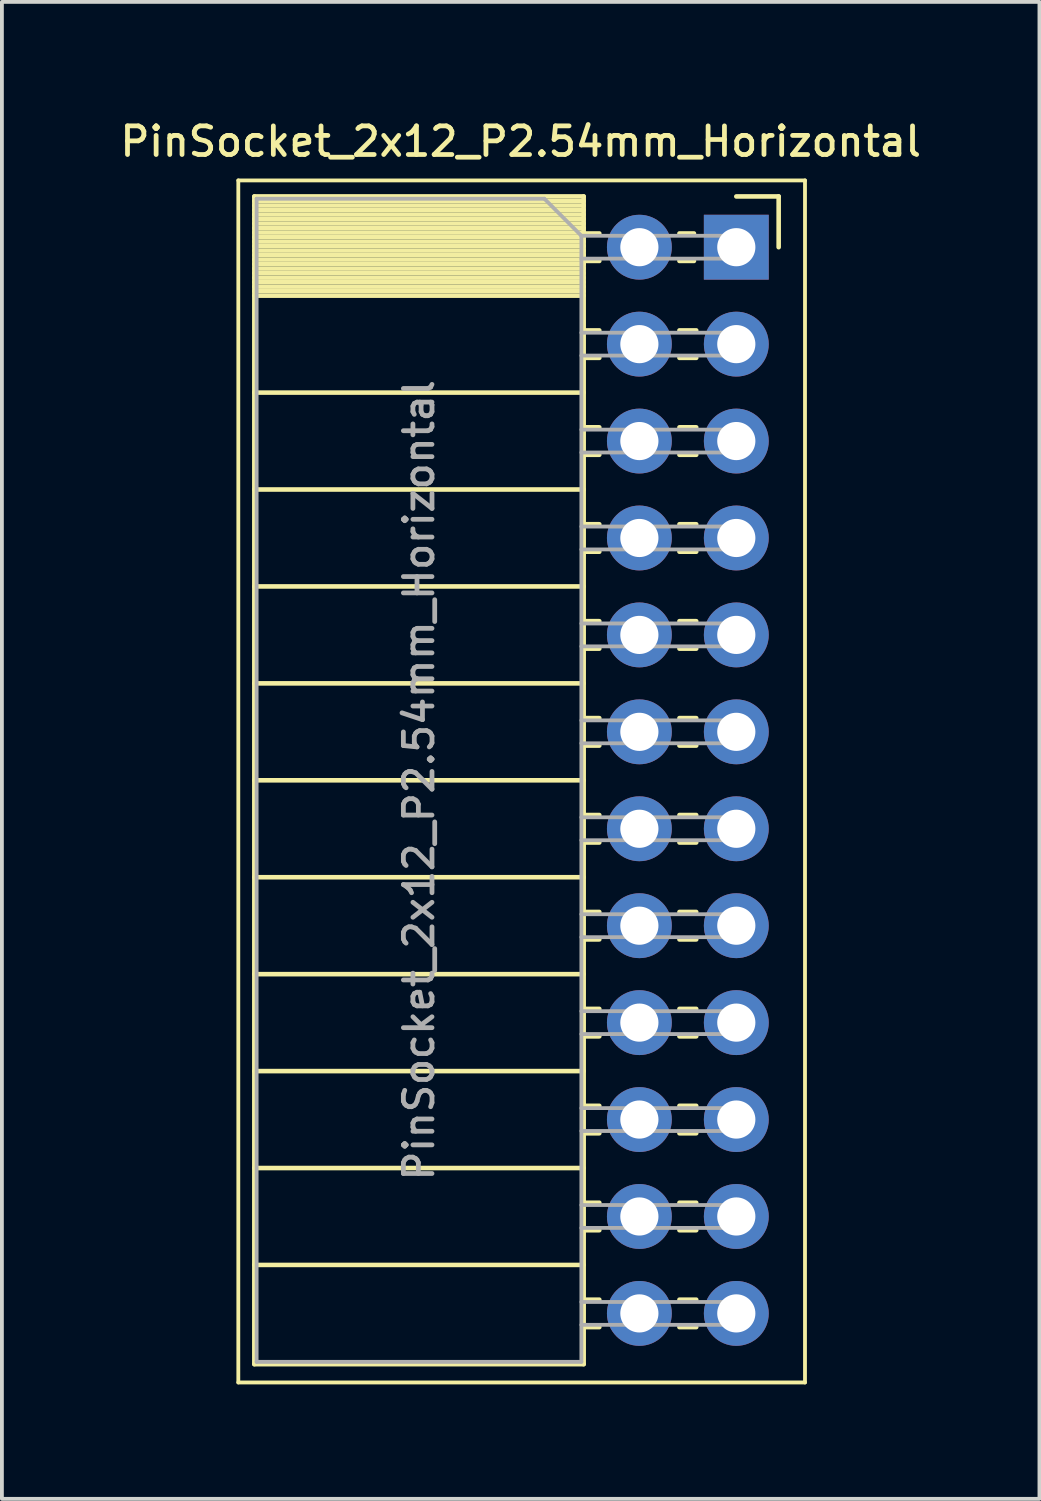
<source format=kicad_pcb>
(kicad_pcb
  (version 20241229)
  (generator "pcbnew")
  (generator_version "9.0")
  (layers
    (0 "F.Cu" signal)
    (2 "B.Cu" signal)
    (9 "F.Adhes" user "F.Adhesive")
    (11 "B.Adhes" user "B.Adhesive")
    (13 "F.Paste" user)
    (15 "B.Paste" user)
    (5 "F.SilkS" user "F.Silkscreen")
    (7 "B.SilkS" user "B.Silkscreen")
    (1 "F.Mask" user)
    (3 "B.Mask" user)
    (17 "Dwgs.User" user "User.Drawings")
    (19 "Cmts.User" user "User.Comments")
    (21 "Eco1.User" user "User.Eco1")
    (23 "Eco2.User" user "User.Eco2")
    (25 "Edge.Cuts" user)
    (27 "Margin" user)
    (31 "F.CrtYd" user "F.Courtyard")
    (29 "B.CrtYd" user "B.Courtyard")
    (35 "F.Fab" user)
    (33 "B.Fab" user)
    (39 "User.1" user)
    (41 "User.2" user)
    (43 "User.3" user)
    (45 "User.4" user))
  (footprint "PinSocket_2x12_P2.54mm_Horizontal"
    (layer "F.Cu")
    (at 16.245 3.428)
    (property "Reference" "PinSocket_2x12_P2.54mm_Horizontal" (at -5.65 -2.77 0) (layer "F.SilkS") (effects (font (size 0.75 0.75) (thickness 0.125))))
    (attr through_hole)
    (fp_line (start -13.05 -1.75) (end -13.05 29.75) (stroke (width 0.1) (type solid)) (layer "F.SilkS"))
    (fp_line (start -13.05 29.75) (end 1.8 29.75) (stroke (width 0.1) (type solid)) (layer "F.SilkS"))
    (fp_line (start -12.63 -1.33) (end -12.63 29.27) (stroke (width 0.12) (type solid)) (layer "F.SilkS"))
    (fp_line (start -12.63 -1.33) (end -4 -1.33) (stroke (width 0.12) (type solid)) (layer "F.SilkS"))
    (fp_line (start -12.63 -1.21) (end -4 -1.21) (stroke (width 0.12) (type solid)) (layer "F.SilkS"))
    (fp_line (start -12.63 -1.092) (end -4 -1.092) (stroke (width 0.12) (type solid)) (layer "F.SilkS"))
    (fp_line (start -12.63 -0.974) (end -4 -0.974) (stroke (width 0.12) (type solid)) (layer "F.SilkS"))
    (fp_line (start -12.63 -0.856) (end -4 -0.856) (stroke (width 0.12) (type solid)) (layer "F.SilkS"))
    (fp_line (start -12.63 -0.738) (end -4 -0.738) (stroke (width 0.12) (type solid)) (layer "F.SilkS"))
    (fp_line (start -12.63 -0.62) (end -4 -0.62) (stroke (width 0.12) (type solid)) (layer "F.SilkS"))
    (fp_line (start -12.63 -0.501) (end -4 -0.501) (stroke (width 0.12) (type solid)) (layer "F.SilkS"))
    (fp_line (start -12.63 -0.383) (end -4 -0.383) (stroke (width 0.12) (type solid)) (layer "F.SilkS"))
    (fp_line (start -12.63 -0.265) (end -4 -0.265) (stroke (width 0.12) (type solid)) (layer "F.SilkS"))
    (fp_line (start -12.63 -0.147) (end -4 -0.147) (stroke (width 0.12) (type solid)) (layer "F.SilkS"))
    (fp_line (start -12.63 -0.029) (end -4 -0.029) (stroke (width 0.12) (type solid)) (layer "F.SilkS"))
    (fp_line (start -12.63 0.089) (end -4 0.089) (stroke (width 0.12) (type solid)) (layer "F.SilkS"))
    (fp_line (start -12.63 0.207) (end -4 0.207) (stroke (width 0.12) (type solid)) (layer "F.SilkS"))
    (fp_line (start -12.63 0.325) (end -4 0.325) (stroke (width 0.12) (type solid)) (layer "F.SilkS"))
    (fp_line (start -12.63 0.443) (end -4 0.443) (stroke (width 0.12) (type solid)) (layer "F.SilkS"))
    (fp_line (start -12.63 0.561) (end -4 0.561) (stroke (width 0.12) (type solid)) (layer "F.SilkS"))
    (fp_line (start -12.63 0.68) (end -4 0.68) (stroke (width 0.12) (type solid)) (layer "F.SilkS"))
    (fp_line (start -12.63 0.798) (end -4 0.798) (stroke (width 0.12) (type solid)) (layer "F.SilkS"))
    (fp_line (start -12.63 0.916) (end -4 0.916) (stroke (width 0.12) (type solid)) (layer "F.SilkS"))
    (fp_line (start -12.63 1.034) (end -4 1.034) (stroke (width 0.12) (type solid)) (layer "F.SilkS"))
    (fp_line (start -12.63 1.152) (end -4 1.152) (stroke (width 0.12) (type solid)) (layer "F.SilkS"))
    (fp_line (start -12.63 1.27) (end -4 1.27) (stroke (width 0.12) (type solid)) (layer "F.SilkS"))
    (fp_line (start -12.63 3.81) (end -4 3.81) (stroke (width 0.12) (type solid)) (layer "F.SilkS"))
    (fp_line (start -12.63 6.35) (end -4 6.35) (stroke (width 0.12) (type solid)) (layer "F.SilkS"))
    (fp_line (start -12.63 8.89) (end -4 8.89) (stroke (width 0.12) (type solid)) (layer "F.SilkS"))
    (fp_line (start -12.63 11.43) (end -4 11.43) (stroke (width 0.12) (type solid)) (layer "F.SilkS"))
    (fp_line (start -12.63 13.97) (end -4 13.97) (stroke (width 0.12) (type solid)) (layer "F.SilkS"))
    (fp_line (start -12.63 16.51) (end -4 16.51) (stroke (width 0.12) (type solid)) (layer "F.SilkS"))
    (fp_line (start -12.63 19.05) (end -4 19.05) (stroke (width 0.12) (type solid)) (layer "F.SilkS"))
    (fp_line (start -12.63 21.59) (end -4 21.59) (stroke (width 0.12) (type solid)) (layer "F.SilkS"))
    (fp_line (start -12.63 24.13) (end -4 24.13) (stroke (width 0.12) (type solid)) (layer "F.SilkS"))
    (fp_line (start -12.63 26.67) (end -4 26.67) (stroke (width 0.12) (type solid)) (layer "F.SilkS"))
    (fp_line (start -12.63 29.27) (end -4 29.27) (stroke (width 0.12) (type solid)) (layer "F.SilkS"))
    (fp_line (start -4 -1.33) (end -4 29.27) (stroke (width 0.12) (type solid)) (layer "F.SilkS"))
    (fp_line (start -4 -0.36) (end -3.59 -0.36) (stroke (width 0.12) (type solid)) (layer "F.SilkS"))
    (fp_line (start -4 0.36) (end -3.59 0.36) (stroke (width 0.12) (type solid)) (layer "F.SilkS"))
    (fp_line (start -4 2.18) (end -3.59 2.18) (stroke (width 0.12) (type solid)) (layer "F.SilkS"))
    (fp_line (start -4 2.9) (end -3.59 2.9) (stroke (width 0.12) (type solid)) (layer "F.SilkS"))
    (fp_line (start -4 4.72) (end -3.59 4.72) (stroke (width 0.12) (type solid)) (layer "F.SilkS"))
    (fp_line (start -4 5.44) (end -3.59 5.44) (stroke (width 0.12) (type solid)) (layer "F.SilkS"))
    (fp_line (start -4 7.26) (end -3.59 7.26) (stroke (width 0.12) (type solid)) (layer "F.SilkS"))
    (fp_line (start -4 7.98) (end -3.59 7.98) (stroke (width 0.12) (type solid)) (layer "F.SilkS"))
    (fp_line (start -4 9.8) (end -3.59 9.8) (stroke (width 0.12) (type solid)) (layer "F.SilkS"))
    (fp_line (start -4 10.52) (end -3.59 10.52) (stroke (width 0.12) (type solid)) (layer "F.SilkS"))
    (fp_line (start -4 12.34) (end -3.59 12.34) (stroke (width 0.12) (type solid)) (layer "F.SilkS"))
    (fp_line (start -4 13.06) (end -3.59 13.06) (stroke (width 0.12) (type solid)) (layer "F.SilkS"))
    (fp_line (start -4 14.88) (end -3.59 14.88) (stroke (width 0.12) (type solid)) (layer "F.SilkS"))
    (fp_line (start -4 15.6) (end -3.59 15.6) (stroke (width 0.12) (type solid)) (layer "F.SilkS"))
    (fp_line (start -4 17.42) (end -3.59 17.42) (stroke (width 0.12) (type solid)) (layer "F.SilkS"))
    (fp_line (start -4 18.14) (end -3.59 18.14) (stroke (width 0.12) (type solid)) (layer "F.SilkS"))
    (fp_line (start -4 19.96) (end -3.59 19.96) (stroke (width 0.12) (type solid)) (layer "F.SilkS"))
    (fp_line (start -4 20.68) (end -3.59 20.68) (stroke (width 0.12) (type solid)) (layer "F.SilkS"))
    (fp_line (start -4 22.5) (end -3.59 22.5) (stroke (width 0.12) (type solid)) (layer "F.SilkS"))
    (fp_line (start -4 23.22) (end -3.59 23.22) (stroke (width 0.12) (type solid)) (layer "F.SilkS"))
    (fp_line (start -4 25.04) (end -3.59 25.04) (stroke (width 0.12) (type solid)) (layer "F.SilkS"))
    (fp_line (start -4 25.76) (end -3.59 25.76) (stroke (width 0.12) (type solid)) (layer "F.SilkS"))
    (fp_line (start -4 27.58) (end -3.59 27.58) (stroke (width 0.12) (type solid)) (layer "F.SilkS"))
    (fp_line (start -4 28.3) (end -3.59 28.3) (stroke (width 0.12) (type solid)) (layer "F.SilkS"))
    (fp_line (start -1.49 -0.36) (end -1.11 -0.36) (stroke (width 0.12) (type solid)) (layer "F.SilkS"))
    (fp_line (start -1.49 0.36) (end -1.11 0.36) (stroke (width 0.12) (type solid)) (layer "F.SilkS"))
    (fp_line (start -1.49 2.18) (end -1.05 2.18) (stroke (width 0.12) (type solid)) (layer "F.SilkS"))
    (fp_line (start -1.49 2.9) (end -1.05 2.9) (stroke (width 0.12) (type solid)) (layer "F.SilkS"))
    (fp_line (start -1.49 4.72) (end -1.05 4.72) (stroke (width 0.12) (type solid)) (layer "F.SilkS"))
    (fp_line (start -1.49 5.44) (end -1.05 5.44) (stroke (width 0.12) (type solid)) (layer "F.SilkS"))
    (fp_line (start -1.49 7.26) (end -1.05 7.26) (stroke (width 0.12) (type solid)) (layer "F.SilkS"))
    (fp_line (start -1.49 7.98) (end -1.05 7.98) (stroke (width 0.12) (type solid)) (layer "F.SilkS"))
    (fp_line (start -1.49 9.8) (end -1.05 9.8) (stroke (width 0.12) (type solid)) (layer "F.SilkS"))
    (fp_line (start -1.49 10.52) (end -1.05 10.52) (stroke (width 0.12) (type solid)) (layer "F.SilkS"))
    (fp_line (start -1.49 12.34) (end -1.05 12.34) (stroke (width 0.12) (type solid)) (layer "F.SilkS"))
    (fp_line (start -1.49 13.06) (end -1.05 13.06) (stroke (width 0.12) (type solid)) (layer "F.SilkS"))
    (fp_line (start -1.49 14.88) (end -1.05 14.88) (stroke (width 0.12) (type solid)) (layer "F.SilkS"))
    (fp_line (start -1.49 15.6) (end -1.05 15.6) (stroke (width 0.12) (type solid)) (layer "F.SilkS"))
    (fp_line (start -1.49 17.42) (end -1.05 17.42) (stroke (width 0.12) (type solid)) (layer "F.SilkS"))
    (fp_line (start -1.49 18.14) (end -1.05 18.14) (stroke (width 0.12) (type solid)) (layer "F.SilkS"))
    (fp_line (start -1.49 19.96) (end -1.05 19.96) (stroke (width 0.12) (type solid)) (layer "F.SilkS"))
    (fp_line (start -1.49 20.68) (end -1.05 20.68) (stroke (width 0.12) (type solid)) (layer "F.SilkS"))
    (fp_line (start -1.49 22.5) (end -1.05 22.5) (stroke (width 0.12) (type solid)) (layer "F.SilkS"))
    (fp_line (start -1.49 23.22) (end -1.05 23.22) (stroke (width 0.12) (type solid)) (layer "F.SilkS"))
    (fp_line (start -1.49 25.04) (end -1.05 25.04) (stroke (width 0.12) (type solid)) (layer "F.SilkS"))
    (fp_line (start -1.49 25.76) (end -1.05 25.76) (stroke (width 0.12) (type solid)) (layer "F.SilkS"))
    (fp_line (start -1.49 27.58) (end -1.05 27.58) (stroke (width 0.12) (type solid)) (layer "F.SilkS"))
    (fp_line (start -1.49 28.3) (end -1.05 28.3) (stroke (width 0.12) (type solid)) (layer "F.SilkS"))
    (fp_line (start 0 -1.33) (end 1.11 -1.33) (stroke (width 0.12) (type solid)) (layer "F.SilkS"))
    (fp_line (start 1.11 -1.33) (end 1.11 0) (stroke (width 0.12) (type solid)) (layer "F.SilkS"))
    (fp_line (start 1.8 -1.75) (end -13.05 -1.75) (stroke (width 0.1) (type solid)) (layer "F.SilkS"))
    (fp_line (start 1.8 29.75) (end 1.8 -1.75) (stroke (width 0.1) (type solid)) (layer "F.SilkS"))
    (fp_line (start -12.57 -1.27) (end -5.03 -1.27) (stroke (width 0.1) (type solid)) (layer "F.Fab"))
    (fp_line (start -12.57 29.21) (end -12.57 -1.27) (stroke (width 0.1) (type solid)) (layer "F.Fab"))
    (fp_line (start -5.03 -1.27) (end -4.06 -0.3) (stroke (width 0.1) (type solid)) (layer "F.Fab"))
    (fp_line (start -4.06 -0.3) (end -4.06 29.21) (stroke (width 0.1) (type solid)) (layer "F.Fab"))
    (fp_line (start -4.06 0.3) (end 0 0.3) (stroke (width 0.1) (type solid)) (layer "F.Fab"))
    (fp_line (start -4.06 2.84) (end 0 2.84) (stroke (width 0.1) (type solid)) (layer "F.Fab"))
    (fp_line (start -4.06 5.38) (end 0 5.38) (stroke (width 0.1) (type solid)) (layer "F.Fab"))
    (fp_line (start -4.06 7.92) (end 0 7.92) (stroke (width 0.1) (type solid)) (layer "F.Fab"))
    (fp_line (start -4.06 10.46) (end 0 10.46) (stroke (width 0.1) (type solid)) (layer "F.Fab"))
    (fp_line (start -4.06 13) (end 0 13) (stroke (width 0.1) (type solid)) (layer "F.Fab"))
    (fp_line (start -4.06 15.54) (end 0 15.54) (stroke (width 0.1) (type solid)) (layer "F.Fab"))
    (fp_line (start -4.06 18.08) (end 0 18.08) (stroke (width 0.1) (type solid)) (layer "F.Fab"))
    (fp_line (start -4.06 20.62) (end 0 20.62) (stroke (width 0.1) (type solid)) (layer "F.Fab"))
    (fp_line (start -4.06 23.16) (end 0 23.16) (stroke (width 0.1) (type solid)) (layer "F.Fab"))
    (fp_line (start -4.06 25.7) (end 0 25.7) (stroke (width 0.1) (type solid)) (layer "F.Fab"))
    (fp_line (start -4.06 28.24) (end 0 28.24) (stroke (width 0.1) (type solid)) (layer "F.Fab"))
    (fp_line (start -4.06 29.21) (end -12.57 29.21) (stroke (width 0.1) (type solid)) (layer "F.Fab"))
    (fp_line (start 0 -0.3) (end -4.06 -0.3) (stroke (width 0.1) (type solid)) (layer "F.Fab"))
    (fp_line (start 0 0.3) (end 0 -0.3) (stroke (width 0.1) (type solid)) (layer "F.Fab"))
    (fp_line (start 0 2.24) (end -4.06 2.24) (stroke (width 0.1) (type solid)) (layer "F.Fab"))
    (fp_line (start 0 2.84) (end 0 2.24) (stroke (width 0.1) (type solid)) (layer "F.Fab"))
    (fp_line (start 0 4.78) (end -4.06 4.78) (stroke (width 0.1) (type solid)) (layer "F.Fab"))
    (fp_line (start 0 5.38) (end 0 4.78) (stroke (width 0.1) (type solid)) (layer "F.Fab"))
    (fp_line (start 0 7.32) (end -4.06 7.32) (stroke (width 0.1) (type solid)) (layer "F.Fab"))
    (fp_line (start 0 7.92) (end 0 7.32) (stroke (width 0.1) (type solid)) (layer "F.Fab"))
    (fp_line (start 0 9.86) (end -4.06 9.86) (stroke (width 0.1) (type solid)) (layer "F.Fab"))
    (fp_line (start 0 10.46) (end 0 9.86) (stroke (width 0.1) (type solid)) (layer "F.Fab"))
    (fp_line (start 0 12.4) (end -4.06 12.4) (stroke (width 0.1) (type solid)) (layer "F.Fab"))
    (fp_line (start 0 13) (end 0 12.4) (stroke (width 0.1) (type solid)) (layer "F.Fab"))
    (fp_line (start 0 14.94) (end -4.06 14.94) (stroke (width 0.1) (type solid)) (layer "F.Fab"))
    (fp_line (start 0 15.54) (end 0 14.94) (stroke (width 0.1) (type solid)) (layer "F.Fab"))
    (fp_line (start 0 17.48) (end -4.06 17.48) (stroke (width 0.1) (type solid)) (layer "F.Fab"))
    (fp_line (start 0 18.08) (end 0 17.48) (stroke (width 0.1) (type solid)) (layer "F.Fab"))
    (fp_line (start 0 20.02) (end -4.06 20.02) (stroke (width 0.1) (type solid)) (layer "F.Fab"))
    (fp_line (start 0 20.62) (end 0 20.02) (stroke (width 0.1) (type solid)) (layer "F.Fab"))
    (fp_line (start 0 22.56) (end -4.06 22.56) (stroke (width 0.1) (type solid)) (layer "F.Fab"))
    (fp_line (start 0 23.16) (end 0 22.56) (stroke (width 0.1) (type solid)) (layer "F.Fab"))
    (fp_line (start 0 25.1) (end -4.06 25.1) (stroke (width 0.1) (type solid)) (layer "F.Fab"))
    (fp_line (start 0 25.7) (end 0 25.1) (stroke (width 0.1) (type solid)) (layer "F.Fab"))
    (fp_line (start 0 27.64) (end -4.06 27.64) (stroke (width 0.1) (type solid)) (layer "F.Fab"))
    (fp_line (start 0 28.24) (end 0 27.64) (stroke (width 0.1) (type solid)) (layer "F.Fab"))
    (fp_text user "${REFERENCE}" (at -8.315 13.97 90) (layer "F.Fab") (effects (font (size 0.75 0.75) (thickness 0.125))))
    (pad "1" thru_hole rect (at 0 0) (size 1.7 1.7) (drill 1) (layers "*.Cu" "*.Mask"))
    (pad "2" thru_hole oval (at -2.54 0) (size 1.7 1.7) (drill 1) (layers "*.Cu" "*.Mask"))
    (pad "3" thru_hole oval (at 0 2.54) (size 1.7 1.7) (drill 1) (layers "*.Cu" "*.Mask"))
    (pad "4" thru_hole oval (at -2.54 2.54) (size 1.7 1.7) (drill 1) (layers "*.Cu" "*.Mask"))
    (pad "5" thru_hole oval (at 0 5.08) (size 1.7 1.7) (drill 1) (layers "*.Cu" "*.Mask"))
    (pad "6" thru_hole oval (at -2.54 5.08) (size 1.7 1.7) (drill 1) (layers "*.Cu" "*.Mask"))
    (pad "7" thru_hole oval (at 0 7.62) (size 1.7 1.7) (drill 1) (layers "*.Cu" "*.Mask"))
    (pad "8" thru_hole oval (at -2.54 7.62) (size 1.7 1.7) (drill 1) (layers "*.Cu" "*.Mask"))
    (pad "9" thru_hole oval (at 0 10.16) (size 1.7 1.7) (drill 1) (layers "*.Cu" "*.Mask"))
    (pad "10" thru_hole oval (at -2.54 10.16) (size 1.7 1.7) (drill 1) (layers "*.Cu" "*.Mask"))
    (pad "11" thru_hole oval (at 0 12.7) (size 1.7 1.7) (drill 1) (layers "*.Cu" "*.Mask"))
    (pad "12" thru_hole oval (at -2.54 12.7) (size 1.7 1.7) (drill 1) (layers "*.Cu" "*.Mask"))
    (pad "13" thru_hole oval (at 0 15.24) (size 1.7 1.7) (drill 1) (layers "*.Cu" "*.Mask"))
    (pad "14" thru_hole oval (at -2.54 15.24) (size 1.7 1.7) (drill 1) (layers "*.Cu" "*.Mask"))
    (pad "15" thru_hole oval (at 0 17.78) (size 1.7 1.7) (drill 1) (layers "*.Cu" "*.Mask"))
    (pad "16" thru_hole oval (at -2.54 17.78) (size 1.7 1.7) (drill 1) (layers "*.Cu" "*.Mask"))
    (pad "17" thru_hole oval (at 0 20.32) (size 1.7 1.7) (drill 1) (layers "*.Cu" "*.Mask"))
    (pad "18" thru_hole oval (at -2.54 20.32) (size 1.7 1.7) (drill 1) (layers "*.Cu" "*.Mask"))
    (pad "19" thru_hole oval (at 0 22.86) (size 1.7 1.7) (drill 1) (layers "*.Cu" "*.Mask"))
    (pad "20" thru_hole oval (at -2.54 22.86) (size 1.7 1.7) (drill 1) (layers "*.Cu" "*.Mask"))
    (pad "21" thru_hole oval (at 0 25.4) (size 1.7 1.7) (drill 1) (layers "*.Cu" "*.Mask"))
    (pad "22" thru_hole oval (at -2.54 25.4) (size 1.7 1.7) (drill 1) (layers "*.Cu" "*.Mask"))
    (pad "23" thru_hole oval (at 0 27.94) (size 1.7 1.7) (drill 1) (layers "*.Cu" "*.Mask"))
    (pad "24" thru_hole oval (at -2.54 27.94) (size 1.7 1.7) (drill 1) (layers "*.Cu" "*.Mask")))
  (gr_rect
    (start -3 -3)
    (end 24.189 36.228)
    (stroke (width 0.1) (type default))
    (fill no)
    (layer "Edge.Cuts")))
</source>
